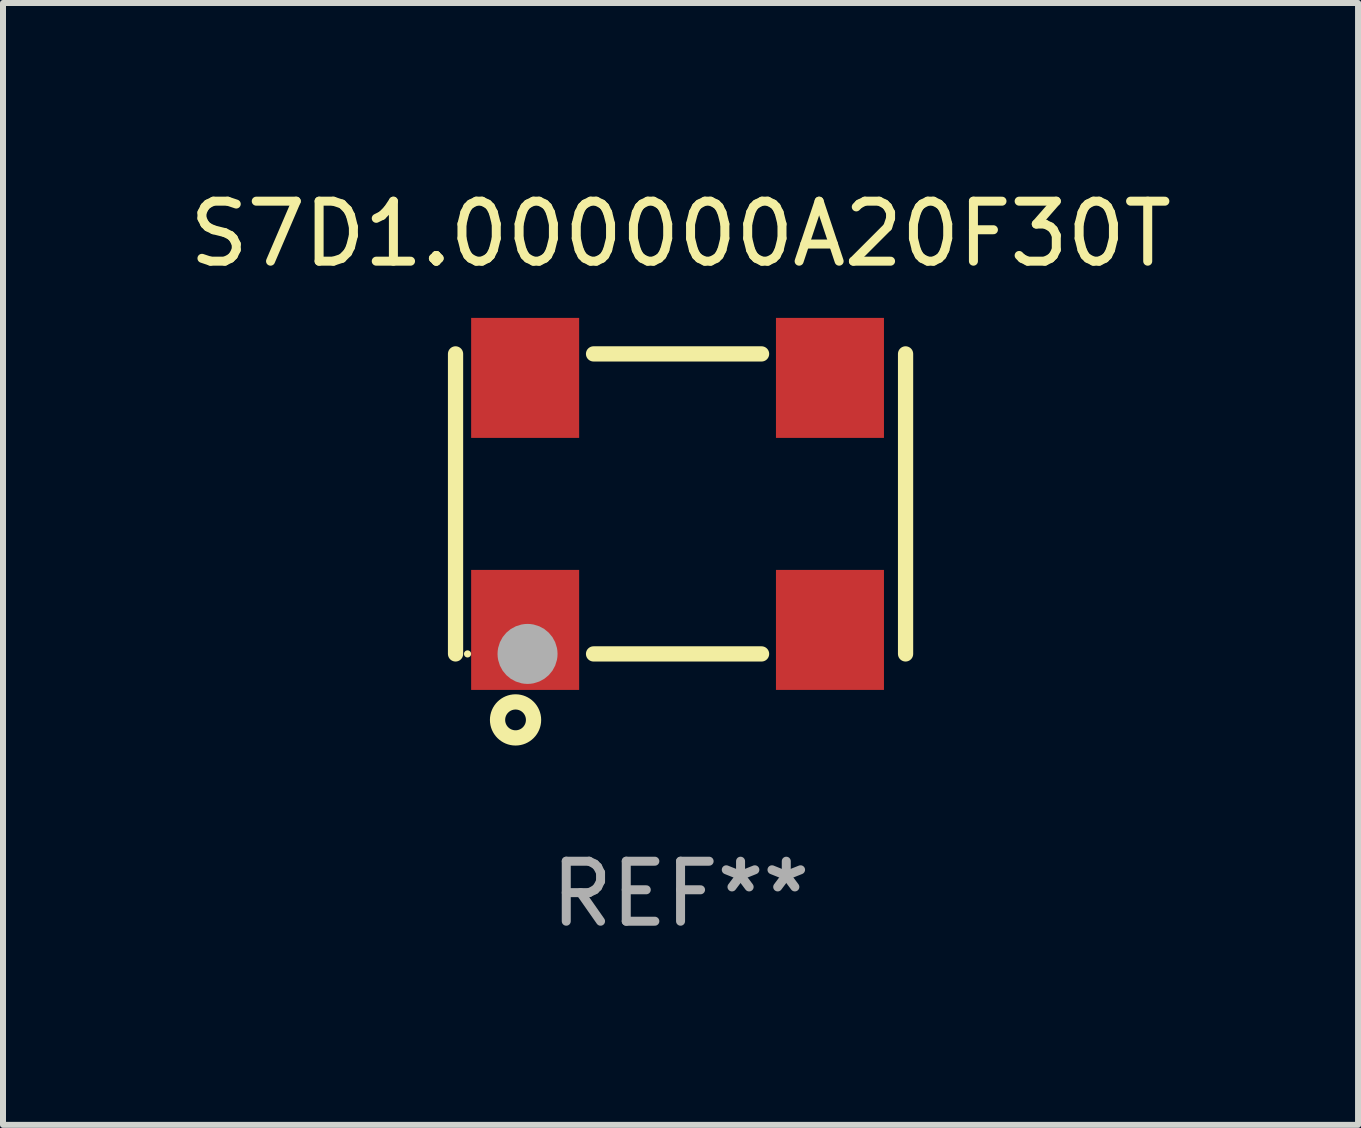
<source format=kicad_pcb>
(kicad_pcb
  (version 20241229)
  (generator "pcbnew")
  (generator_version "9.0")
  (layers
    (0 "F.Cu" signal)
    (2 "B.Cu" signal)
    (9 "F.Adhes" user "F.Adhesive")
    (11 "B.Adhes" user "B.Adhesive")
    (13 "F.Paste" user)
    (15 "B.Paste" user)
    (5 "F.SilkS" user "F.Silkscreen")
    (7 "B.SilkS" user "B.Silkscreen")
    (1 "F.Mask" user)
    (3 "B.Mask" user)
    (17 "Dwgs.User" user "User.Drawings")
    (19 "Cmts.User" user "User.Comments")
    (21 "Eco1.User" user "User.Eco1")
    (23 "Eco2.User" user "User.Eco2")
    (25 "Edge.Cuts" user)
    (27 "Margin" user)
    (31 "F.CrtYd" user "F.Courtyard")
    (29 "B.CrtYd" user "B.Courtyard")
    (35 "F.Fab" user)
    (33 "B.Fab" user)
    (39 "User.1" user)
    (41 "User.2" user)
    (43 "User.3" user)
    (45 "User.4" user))
  (footprint "S7D1.000000A20F30T"
    (layer "F.Cu")
    (at 8.292 5.348)
    (property "Reference" "S7D1.000000A20F30T" (at 0 -4.5 0) (layer "F.SilkS") (effects (font (size 1 1) (thickness 0.15))))
    (attr through_hole)
    (fp_line (start -3.75 -2.5) (end -3.75 2.5) (stroke (width 0.254) (type solid)) (layer "F.SilkS"))
    (fp_line (start -1.45 -2.5) (end 1.35 -2.5) (stroke (width 0.254) (type solid)) (layer "F.SilkS"))
    (fp_line (start -1.45 2.5) (end 1.35 2.5) (stroke (width 0.254) (type solid)) (layer "F.SilkS"))
    (fp_line (start 3.75 -2.5) (end 3.75 2.5) (stroke (width 0.254) (type solid)) (layer "F.SilkS"))
    (fp_circle (center -3.55 2.5) (end -3.52 2.5) (stroke (width 0.06) (type solid)) (fill no) (layer "F.SilkS"))
    (fp_circle (center -2.75 3.6) (end -2.45 3.6) (stroke (width 0.254) (type solid)) (fill no) (layer "F.SilkS"))
    (fp_circle (center -2.55 2.5) (end -2.3 2.5) (stroke (width 0.5) (type solid)) (fill no) (layer "F.Fab"))
    (fp_text user "REF**" (at 0 6.5 0) (layer "F.Fab") (effects (font (size 1 1) (thickness 0.15))))
    (pad "1" smd rect (at -2.59 2.1) (size 1.8 2) (layers "F.Cu" "F.Mask" "F.Paste"))
    (pad "2" smd rect (at 2.49 2.1) (size 1.8 2) (layers "F.Cu" "F.Mask" "F.Paste"))
    (pad "3" smd rect (at 2.49 -2.1) (size 1.8 2) (layers "F.Cu" "F.Mask" "F.Paste"))
    (pad "4" smd rect (at -2.59 -2.1) (size 1.8 2) (layers "F.Cu" "F.Mask" "F.Paste")))
  (gr_rect
    (start -3 -3)
    (end 19.583 15.697)
    (stroke (width 0.1) (type default))
    (fill no)
    (layer "Edge.Cuts")))
</source>
